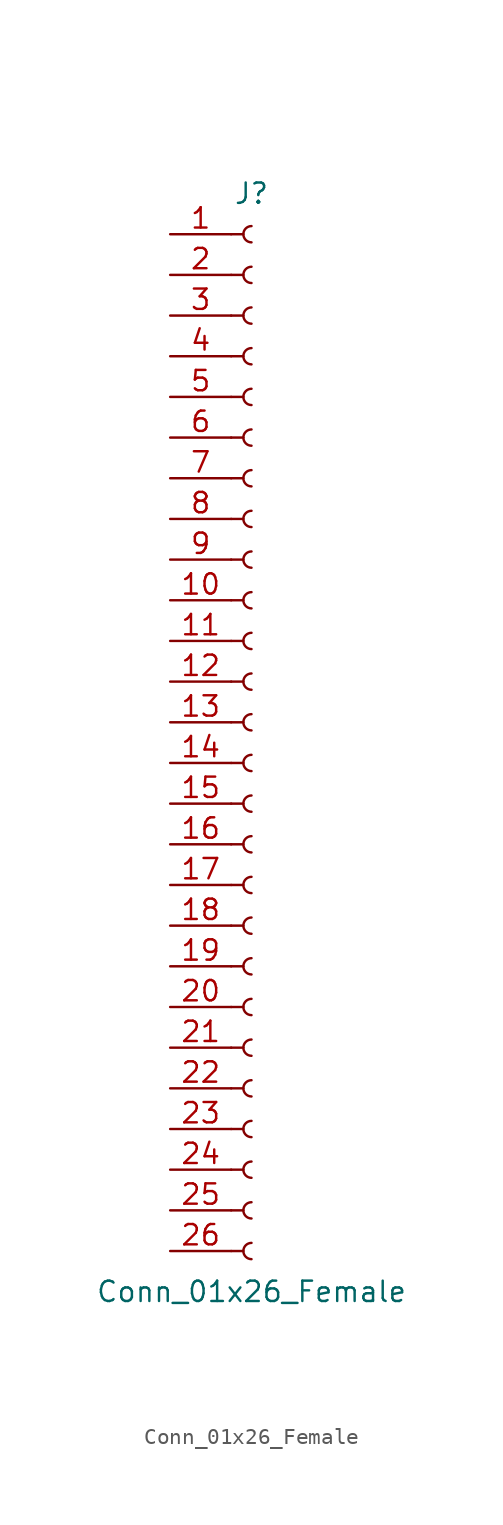
<source format=kicad_sym>
(kicad_symbol_lib
  (version 20220914)
  (generator kicad_symbol_editor)
  (symbol "Conn_01x26_Female"
    (pin_names
      (offset 1.016) hide)
    (property "Reference" "J"
      (at 0 33.02 0)
      (effects (font (size 1.27 1.27))))
    (property "Value" "Conn_01x26_Female"
      (at 0 -35.56 0)
      (effects (font (size 1.27 1.27))))
    (symbol "Conn_01x26_Female_1_1"
      (arc (start 0 -32.512) (mid -0.5058 -33.02) (end 0 -33.528) (stroke (width 0.1524) (type solid)) (fill (type none)))
      (arc (start 0 -29.972) (mid -0.5058 -30.48) (end 0 -30.988) (stroke (width 0.1524) (type solid)) (fill (type none)))
      (arc (start 0 -27.432) (mid -0.5058 -27.94) (end 0 -28.448) (stroke (width 0.1524) (type solid)) (fill (type none)))
      (arc (start 0 -24.892) (mid -0.5058 -25.4) (end 0 -25.908) (stroke (width 0.1524) (type solid)) (fill (type none)))
      (arc (start 0 -22.352) (mid -0.5058 -22.86) (end 0 -23.368) (stroke (width 0.1524) (type solid)) (fill (type none)))
      (arc (start 0 -19.812) (mid -0.5058 -20.32) (end 0 -20.828) (stroke (width 0.1524) (type solid)) (fill (type none)))
      (arc (start 0 -17.272) (mid -0.5058 -17.78) (end 0 -18.288) (stroke (width 0.1524) (type solid)) (fill (type none)))
      (arc (start 0 -14.732) (mid -0.5058 -15.24) (end 0 -15.748) (stroke (width 0.1524) (type solid)) (fill (type none)))
      (arc (start 0 -12.192) (mid -0.5058 -12.7) (end 0 -13.208) (stroke (width 0.1524) (type solid)) (fill (type none)))
      (arc (start 0 -9.652) (mid -0.5058 -10.16) (end 0 -10.668) (stroke (width 0.1524) (type solid)) (fill (type none)))
      (arc (start 0 -7.112) (mid -0.5058 -7.62) (end 0 -8.128) (stroke (width 0.1524) (type solid)) (fill (type none)))
      (arc (start 0 -4.572) (mid -0.5058 -5.08) (end 0 -5.588) (stroke (width 0.1524) (type solid)) (fill (type none)))
      (arc (start 0 -2.032) (mid -0.5058 -2.54) (end 0 -3.048) (stroke (width 0.1524) (type solid)) (fill (type none)))
      (polyline (pts (xy -1.27 -33.02) (xy -0.508 -33.02)) (stroke (width 0.152) (type solid)) (fill (type none)))
      (polyline (pts (xy -1.27 -30.48) (xy -0.508 -30.48)) (stroke (width 0.152) (type solid)) (fill (type none)))
      (polyline (pts (xy -1.27 -27.94) (xy -0.508 -27.94)) (stroke (width 0.152) (type solid)) (fill (type none)))
      (polyline (pts (xy -1.27 -25.4) (xy -0.508 -25.4)) (stroke (width 0.152) (type solid)) (fill (type none)))
      (polyline (pts (xy -1.27 -22.86) (xy -0.508 -22.86)) (stroke (width 0.152) (type solid)) (fill (type none)))
      (polyline (pts (xy -1.27 -20.32) (xy -0.508 -20.32)) (stroke (width 0.152) (type solid)) (fill (type none)))
      (polyline (pts (xy -1.27 -17.78) (xy -0.508 -17.78)) (stroke (width 0.152) (type solid)) (fill (type none)))
      (polyline (pts (xy -1.27 -15.24) (xy -0.508 -15.24)) (stroke (width 0.152) (type solid)) (fill (type none)))
      (polyline (pts (xy -1.27 -12.7) (xy -0.508 -12.7)) (stroke (width 0.152) (type solid)) (fill (type none)))
      (polyline (pts (xy -1.27 -10.16) (xy -0.508 -10.16)) (stroke (width 0.152) (type solid)) (fill (type none)))
      (polyline (pts (xy -1.27 -7.62) (xy -0.508 -7.62)) (stroke (width 0.152) (type solid)) (fill (type none)))
      (polyline (pts (xy -1.27 -5.08) (xy -0.508 -5.08)) (stroke (width 0.152) (type solid)) (fill (type none)))
      (polyline (pts (xy -1.27 -2.54) (xy -0.508 -2.54)) (stroke (width 0.152) (type solid)) (fill (type none)))
      (polyline (pts (xy -1.27 0) (xy -0.508 0)) (stroke (width 0.152) (type solid)) (fill (type none)))
      (polyline (pts (xy -1.27 2.54) (xy -0.508 2.54)) (stroke (width 0.152) (type solid)) (fill (type none)))
      (polyline (pts (xy -1.27 5.08) (xy -0.508 5.08)) (stroke (width 0.152) (type solid)) (fill (type none)))
      (polyline (pts (xy -1.27 7.62) (xy -0.508 7.62)) (stroke (width 0.152) (type solid)) (fill (type none)))
      (polyline (pts (xy -1.27 10.16) (xy -0.508 10.16)) (stroke (width 0.152) (type solid)) (fill (type none)))
      (polyline (pts (xy -1.27 12.7) (xy -0.508 12.7)) (stroke (width 0.152) (type solid)) (fill (type none)))
      (polyline (pts (xy -1.27 15.24) (xy -0.508 15.24)) (stroke (width 0.152) (type solid)) (fill (type none)))
      (polyline (pts (xy -1.27 17.78) (xy -0.508 17.78)) (stroke (width 0.152) (type solid)) (fill (type none)))
      (polyline (pts (xy -1.27 20.32) (xy -0.508 20.32)) (stroke (width 0.152) (type solid)) (fill (type none)))
      (polyline (pts (xy -1.27 22.86) (xy -0.508 22.86)) (stroke (width 0.152) (type solid)) (fill (type none)))
      (polyline (pts (xy -1.27 25.4) (xy -0.508 25.4)) (stroke (width 0.152) (type solid)) (fill (type none)))
      (polyline (pts (xy -1.27 27.94) (xy -0.508 27.94)) (stroke (width 0.152) (type solid)) (fill (type none)))
      (polyline (pts (xy -1.27 30.48) (xy -0.508 30.48)) (stroke (width 0.152) (type solid)) (fill (type none)))
      (arc (start 0 0.508) (mid -0.5058 0) (end 0 -0.508) (stroke (width 0.1524) (type solid)) (fill (type none)))
      (arc (start 0 3.048) (mid -0.5058 2.54) (end 0 2.032) (stroke (width 0.1524) (type solid)) (fill (type none)))
      (arc (start 0 5.588) (mid -0.5058 5.08) (end 0 4.572) (stroke (width 0.1524) (type solid)) (fill (type none)))
      (arc (start 0 8.128) (mid -0.5058 7.62) (end 0 7.112) (stroke (width 0.1524) (type solid)) (fill (type none)))
      (arc (start 0 10.668) (mid -0.5058 10.16) (end 0 9.652) (stroke (width 0.1524) (type solid)) (fill (type none)))
      (arc (start 0 13.208) (mid -0.5058 12.7) (end 0 12.192) (stroke (width 0.1524) (type solid)) (fill (type none)))
      (arc (start 0 15.748) (mid -0.5058 15.24) (end 0 14.732) (stroke (width 0.1524) (type solid)) (fill (type none)))
      (arc (start 0 18.288) (mid -0.5058 17.78) (end 0 17.272) (stroke (width 0.1524) (type solid)) (fill (type none)))
      (arc (start 0 20.828) (mid -0.5058 20.32) (end 0 19.812) (stroke (width 0.1524) (type solid)) (fill (type none)))
      (arc (start 0 23.368) (mid -0.5058 22.86) (end 0 22.352) (stroke (width 0.1524) (type solid)) (fill (type none)))
      (arc (start 0 25.908) (mid -0.5058 25.4) (end 0 24.892) (stroke (width 0.1524) (type solid)) (fill (type none)))
      (arc (start 0 28.448) (mid -0.5058 27.94) (end 0 27.432) (stroke (width 0.1524) (type solid)) (fill (type none)))
      (arc (start 0 30.988) (mid -0.5058 30.48) (end 0 29.972) (stroke (width 0.1524) (type solid)) (fill (type none)))
      (pin passive line (at -5.08 30.48 0) (length 3.81) (name "Pin_1" (effects (font (size 1.27 1.27)))) (number "1" (effects (font (size 1.27 1.27)))))
      (pin passive line (at -5.08 7.62 0) (length 3.81) (name "Pin_10" (effects (font (size 1.27 1.27)))) (number "10" (effects (font (size 1.27 1.27)))))
      (pin passive line (at -5.08 5.08 0) (length 3.81) (name "Pin_11" (effects (font (size 1.27 1.27)))) (number "11" (effects (font (size 1.27 1.27)))))
      (pin passive line (at -5.08 2.54 0) (length 3.81) (name "Pin_12" (effects (font (size 1.27 1.27)))) (number "12" (effects (font (size 1.27 1.27)))))
      (pin passive line (at -5.08 0 0) (length 3.81) (name "Pin_13" (effects (font (size 1.27 1.27)))) (number "13" (effects (font (size 1.27 1.27)))))
      (pin passive line (at -5.08 -2.54 0) (length 3.81) (name "Pin_14" (effects (font (size 1.27 1.27)))) (number "14" (effects (font (size 1.27 1.27)))))
      (pin passive line (at -5.08 -5.08 0) (length 3.81) (name "Pin_15" (effects (font (size 1.27 1.27)))) (number "15" (effects (font (size 1.27 1.27)))))
      (pin passive line (at -5.08 -7.62 0) (length 3.81) (name "Pin_16" (effects (font (size 1.27 1.27)))) (number "16" (effects (font (size 1.27 1.27)))))
      (pin passive line (at -5.08 -10.16 0) (length 3.81) (name "Pin_17" (effects (font (size 1.27 1.27)))) (number "17" (effects (font (size 1.27 1.27)))))
      (pin passive line (at -5.08 -12.7 0) (length 3.81) (name "Pin_18" (effects (font (size 1.27 1.27)))) (number "18" (effects (font (size 1.27 1.27)))))
      (pin passive line (at -5.08 -15.24 0) (length 3.81) (name "Pin_19" (effects (font (size 1.27 1.27)))) (number "19" (effects (font (size 1.27 1.27)))))
      (pin passive line (at -5.08 27.94 0) (length 3.81) (name "Pin_2" (effects (font (size 1.27 1.27)))) (number "2" (effects (font (size 1.27 1.27)))))
      (pin passive line (at -5.08 -17.78 0) (length 3.81) (name "Pin_20" (effects (font (size 1.27 1.27)))) (number "20" (effects (font (size 1.27 1.27)))))
      (pin passive line (at -5.08 -20.32 0) (length 3.81) (name "Pin_21" (effects (font (size 1.27 1.27)))) (number "21" (effects (font (size 1.27 1.27)))))
      (pin passive line (at -5.08 -22.86 0) (length 3.81) (name "Pin_22" (effects (font (size 1.27 1.27)))) (number "22" (effects (font (size 1.27 1.27)))))
      (pin passive line (at -5.08 -25.4 0) (length 3.81) (name "Pin_23" (effects (font (size 1.27 1.27)))) (number "23" (effects (font (size 1.27 1.27)))))
      (pin passive line (at -5.08 -27.94 0) (length 3.81) (name "Pin_24" (effects (font (size 1.27 1.27)))) (number "24" (effects (font (size 1.27 1.27)))))
      (pin passive line (at -5.08 -30.48 0) (length 3.81) (name "Pin_25" (effects (font (size 1.27 1.27)))) (number "25" (effects (font (size 1.27 1.27)))))
      (pin passive line (at -5.08 -33.02 0) (length 3.81) (name "Pin_26" (effects (font (size 1.27 1.27)))) (number "26" (effects (font (size 1.27 1.27)))))
      (pin passive line (at -5.08 25.4 0) (length 3.81) (name "Pin_3" (effects (font (size 1.27 1.27)))) (number "3" (effects (font (size 1.27 1.27)))))
      (pin passive line (at -5.08 22.86 0) (length 3.81) (name "Pin_4" (effects (font (size 1.27 1.27)))) (number "4" (effects (font (size 1.27 1.27)))))
      (pin passive line (at -5.08 20.32 0) (length 3.81) (name "Pin_5" (effects (font (size 1.27 1.27)))) (number "5" (effects (font (size 1.27 1.27)))))
      (pin passive line (at -5.08 17.78 0) (length 3.81) (name "Pin_6" (effects (font (size 1.27 1.27)))) (number "6" (effects (font (size 1.27 1.27)))))
      (pin passive line (at -5.08 15.24 0) (length 3.81) (name "Pin_7" (effects (font (size 1.27 1.27)))) (number "7" (effects (font (size 1.27 1.27)))))
      (pin passive line (at -5.08 12.7 0) (length 3.81) (name "Pin_8" (effects (font (size 1.27 1.27)))) (number "8" (effects (font (size 1.27 1.27)))))
      (pin passive line (at -5.08 10.16 0) (length 3.81) (name "Pin_9" (effects (font (size 1.27 1.27)))) (number "9" (effects (font (size 1.27 1.27))))))))
</source>
